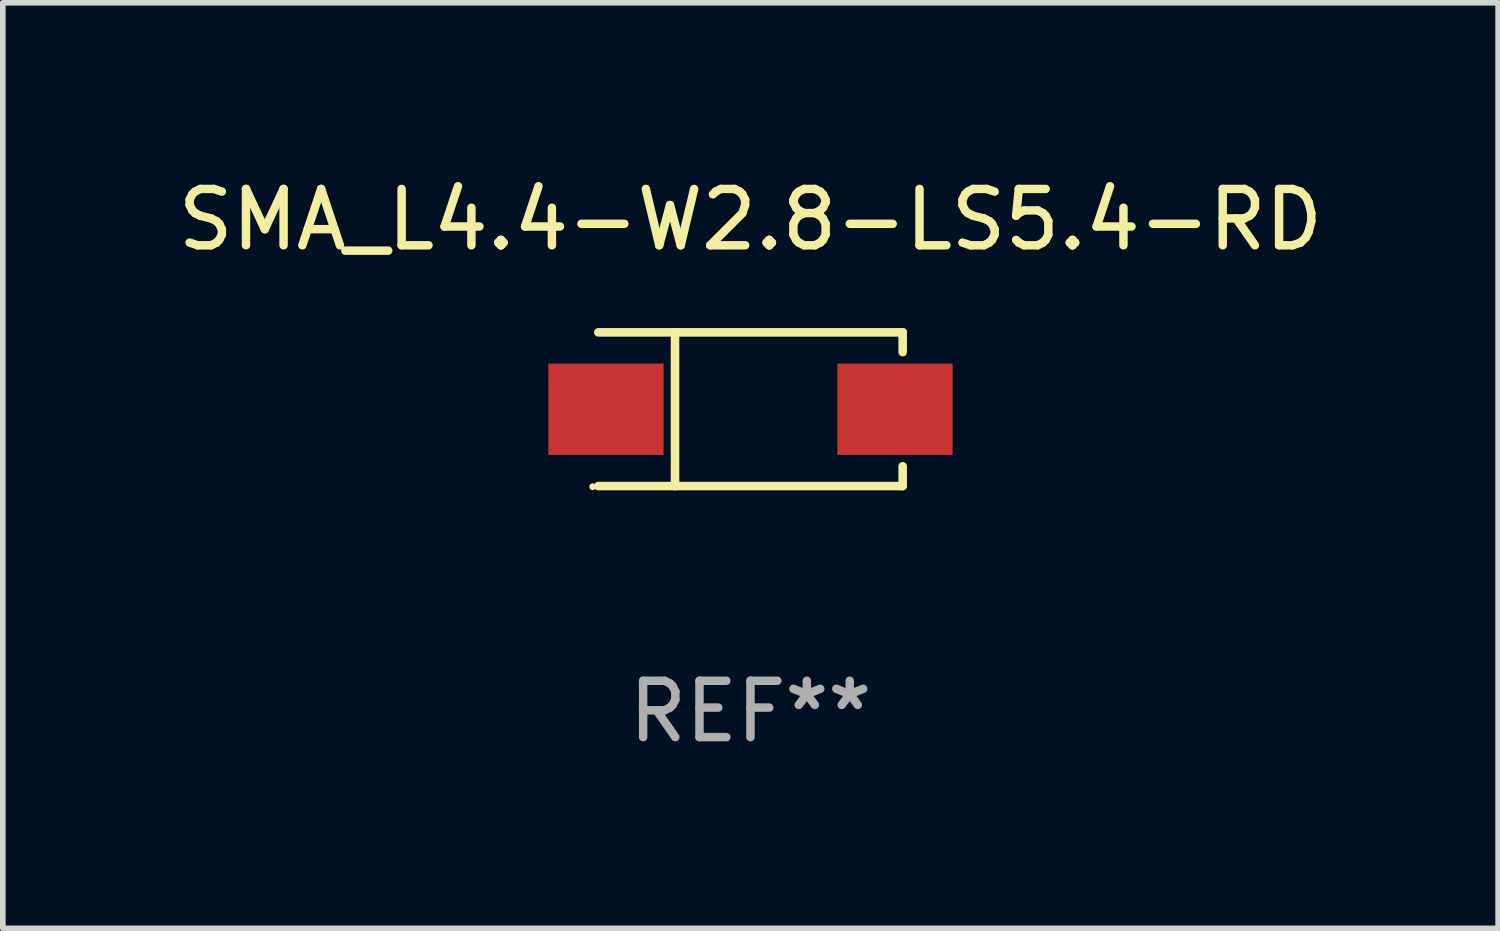
<source format=kicad_pcb>
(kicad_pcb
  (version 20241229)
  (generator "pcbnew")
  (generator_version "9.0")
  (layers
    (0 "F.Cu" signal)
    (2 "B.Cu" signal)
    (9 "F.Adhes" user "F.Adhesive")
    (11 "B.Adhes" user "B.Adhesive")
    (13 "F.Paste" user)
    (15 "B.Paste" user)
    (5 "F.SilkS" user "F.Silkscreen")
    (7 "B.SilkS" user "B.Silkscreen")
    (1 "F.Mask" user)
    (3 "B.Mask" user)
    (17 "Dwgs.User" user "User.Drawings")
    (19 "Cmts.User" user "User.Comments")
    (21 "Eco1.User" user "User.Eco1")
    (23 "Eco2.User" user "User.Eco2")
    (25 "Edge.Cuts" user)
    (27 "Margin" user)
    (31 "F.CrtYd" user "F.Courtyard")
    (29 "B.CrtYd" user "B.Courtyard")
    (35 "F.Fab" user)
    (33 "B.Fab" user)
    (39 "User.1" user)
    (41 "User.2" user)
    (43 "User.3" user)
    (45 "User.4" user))
  (footprint "SMA_L4.4-W2.8-LS5.4-RD"
    (layer "F.Cu")
    (at 10.268 4.212)
    (property "Reference" "SMA_L4.4-W2.8-LS5.4-RD" (at 0.000025 -3.364 0) (layer "F.SilkS") (effects (font (size 1 1) (thickness 0.15))))
    (attr through_hole)
    (fp_line (start -2.701 -1.364) (end 2.701 -1.364) (stroke (width 0.152) (type solid)) (layer "F.SilkS"))
    (fp_line (start -2.701 1.364) (end 2.701 1.364) (stroke (width 0.152) (type solid)) (layer "F.SilkS"))
    (fp_line (start -1.339 -1.364) (end -1.339 1.364) (stroke (width 0.152) (type solid)) (layer "F.SilkS"))
    (fp_line (start 2.701 -1.364) (end 2.701 -1.013) (stroke (width 0.152) (type solid)) (layer "F.SilkS"))
    (fp_line (start 2.701 1.364) (end 2.701 1.013) (stroke (width 0.152) (type solid)) (layer "F.SilkS"))
    (fp_circle (center -2.8 1.375) (end -2.77 1.375) (stroke (width 0.06) (type solid)) (fill no) (layer "F.SilkS"))
    (fp_text user "REF**" (at 0.000025 5.364 0) (layer "F.Fab") (effects (font (size 1 1) (thickness 0.15))))
    (pad "1" smd rect (at -2.565 0) (size 2.046 1.62) (layers "F.Cu" "F.Mask" "F.Paste"))
    (pad "2" smd rect (at 2.565 0) (size 2.046 1.62) (layers "F.Cu" "F.Mask" "F.Paste")))
  (gr_rect
    (start -3 -3)
    (end 23.536 13.424)
    (stroke (width 0.1) (type default))
    (fill no)
    (layer "Edge.Cuts")))
</source>
